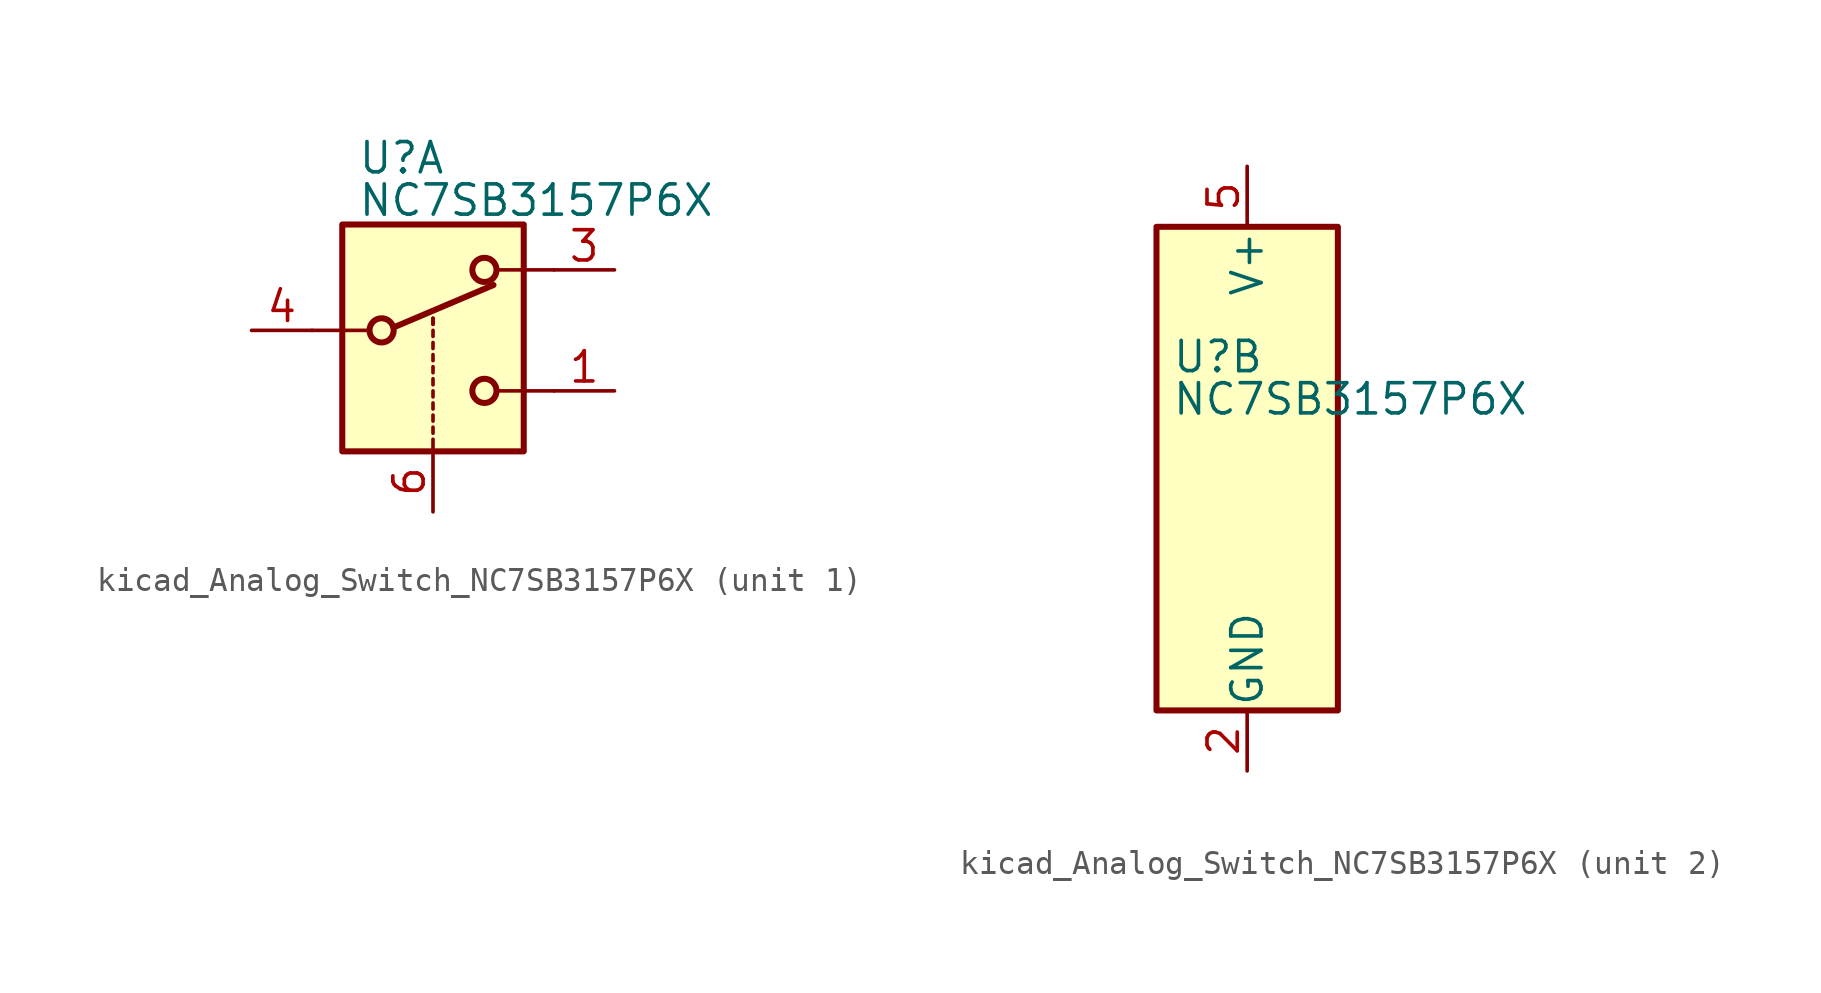
<source format=kicad_sym>
(kicad_symbol_lib
  (version 20220914)
  (generator kicad_symbol_editor)
  (symbol "kicad_Analog_Switch_NC7SB3157P6X"
    (pin_names
      (offset 0.127))
    (property "Reference" "U"
      (at -3.175 4.699 0)
      (effects (font (size 1.27 1.27)) (justify left)))
    (property "Value" "NC7SB3157P6X"
      (at -3.175 2.921 0)
      (effects (font (size 1.27 1.27)) (justify left)))
    (symbol "kicad_Analog_Switch_NC7SB3157P6X_1_1"
      (rectangle (start -3.81 1.905) (end 3.81 -7.62) (stroke (width 0.254) (type default)) (fill (type background)))
      (circle (center -2.159 -2.54) (radius 0.508) (stroke (width 0.254) (type default)) (fill (type none)))
      (polyline (pts (xy -5.08 -2.54) (xy -2.794 -2.54)) (stroke (width 0) (type default)) (fill (type none)))
      (polyline (pts (xy -1.651 -2.413) (xy 2.54 -0.635)) (stroke (width 0.254) (type default)) (fill (type none)))
      (polyline (pts (xy 0 -7.62) (xy 0 -7.112)) (stroke (width 0) (type default)) (fill (type none)))
      (polyline (pts (xy 0 -6.858) (xy 0 -6.604)) (stroke (width 0) (type default)) (fill (type none)))
      (polyline (pts (xy 0 -6.35) (xy 0 -6.096)) (stroke (width 0) (type default)) (fill (type none)))
      (polyline (pts (xy 0 -5.842) (xy 0 -5.588)) (stroke (width 0) (type default)) (fill (type none)))
      (polyline (pts (xy 0 -5.334) (xy 0 -5.08)) (stroke (width 0) (type default)) (fill (type none)))
      (polyline (pts (xy 0 -4.826) (xy 0 -4.572)) (stroke (width 0) (type default)) (fill (type none)))
      (polyline (pts (xy 0 -4.318) (xy 0 -4.064)) (stroke (width 0) (type default)) (fill (type none)))
      (polyline (pts (xy 0 -3.81) (xy 0 -3.556)) (stroke (width 0) (type default)) (fill (type none)))
      (polyline (pts (xy 0 -3.302) (xy 0 -3.048)) (stroke (width 0) (type default)) (fill (type none)))
      (polyline (pts (xy 0 -2.794) (xy 0 -2.54)) (stroke (width 0) (type default)) (fill (type none)))
      (polyline (pts (xy 0 -2.286) (xy 0 -2.032)) (stroke (width 0) (type default)) (fill (type none)))
      (polyline (pts (xy 0 -2.286) (xy 0 -2.032)) (stroke (width 0) (type default)) (fill (type none)))
      (polyline (pts (xy 5.08 -5.08) (xy 2.794 -5.08)) (stroke (width 0) (type default)) (fill (type none)))
      (polyline (pts (xy 5.08 0) (xy 2.794 0)) (stroke (width 0) (type default)) (fill (type none)))
      (circle (center 2.159 -5.08) (radius 0.508) (stroke (width 0.254) (type default)) (fill (type none)))
      (circle (center 2.159 0) (radius 0.508) (stroke (width 0.254) (type default)) (fill (type none)))
      (pin passive line (at 7.62 -5.08 180) (length 2.54) (name "~" (effects (font (size 1.27 1.27)))) (number "1" (effects (font (size 1.27 1.27)))))
      (pin passive line (at 7.62 0 180) (length 2.54) (name "~" (effects (font (size 1.27 1.27)))) (number "3" (effects (font (size 1.27 1.27)))))
      (pin passive line (at -7.62 -2.54 0) (length 2.54) (name "~" (effects (font (size 1.27 1.27)))) (number "4" (effects (font (size 1.27 1.27)))))
      (pin input line (at 0 -10.16 90) (length 2.54) (name "~" (effects (font (size 1.27 1.27)))) (number "6" (effects (font (size 1.27 1.27))))))
    (symbol "kicad_Analog_Switch_NC7SB3157P6X_2_0"
      (pin power_in line (at 0 -12.7 90) (length 2.54) (name "GND" (effects (font (size 1.27 1.27)))) (number "2" (effects (font (size 1.27 1.27)))))
      (pin power_in line (at 0 12.7 270) (length 2.54) (name "V+" (effects (font (size 1.27 1.27)))) (number "5" (effects (font (size 1.27 1.27))))))
    (symbol "kicad_Analog_Switch_NC7SB3157P6X_2_1"
      (rectangle (start -3.81 10.16) (end 3.81 -10.16) (stroke (width 0.254) (type default)) (fill (type background))))))
</source>
